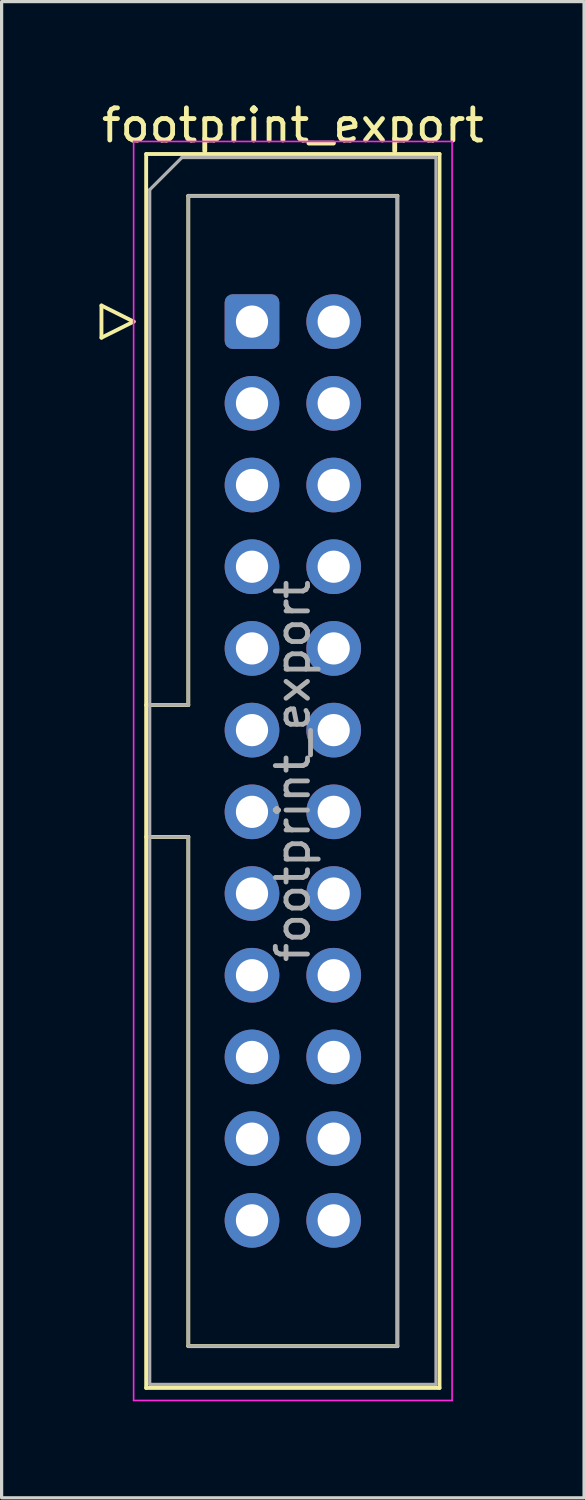
<source format=kicad_pcb>
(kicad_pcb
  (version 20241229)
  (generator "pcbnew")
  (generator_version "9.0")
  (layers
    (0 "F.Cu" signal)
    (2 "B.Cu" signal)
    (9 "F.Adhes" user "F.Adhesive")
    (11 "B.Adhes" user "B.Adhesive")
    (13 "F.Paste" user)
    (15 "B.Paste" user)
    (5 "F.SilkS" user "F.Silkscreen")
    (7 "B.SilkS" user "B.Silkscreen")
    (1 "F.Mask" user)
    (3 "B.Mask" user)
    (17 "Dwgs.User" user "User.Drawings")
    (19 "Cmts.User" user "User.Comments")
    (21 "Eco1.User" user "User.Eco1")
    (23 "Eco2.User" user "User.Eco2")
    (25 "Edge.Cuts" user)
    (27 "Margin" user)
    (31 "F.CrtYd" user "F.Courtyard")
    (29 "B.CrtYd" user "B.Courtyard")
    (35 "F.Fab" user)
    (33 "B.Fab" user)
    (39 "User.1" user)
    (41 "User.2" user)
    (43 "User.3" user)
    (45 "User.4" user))
  (footprint "footprint_export"
    (layer "F.Cu")
    (at 4.784 6.948)
    (property "Reference" "footprint_export" (at 1.27 -6.1 0) (layer "F.SilkS") (effects (font (size 1 1) (thickness 0.15))))
    (attr through_hole)
    (fp_line (start -4.68 -0.5) (end -4.68 0.5) (stroke (width 0.12) (type solid)) (layer "F.SilkS"))
    (fp_line (start -4.68 0.5) (end -3.68 0) (stroke (width 0.12) (type solid)) (layer "F.SilkS"))
    (fp_line (start -3.68 0) (end -4.68 -0.5) (stroke (width 0.12) (type solid)) (layer "F.SilkS"))
    (fp_line (start -3.29 -5.21) (end 5.83 -5.21) (stroke (width 0.12) (type solid)) (layer "F.SilkS"))
    (fp_line (start -3.29 11.92) (end -1.98 11.92) (stroke (width 0.12) (type solid)) (layer "F.SilkS"))
    (fp_line (start -3.29 33.15) (end -3.29 -5.21) (stroke (width 0.12) (type solid)) (layer "F.SilkS"))
    (fp_line (start -1.98 -3.91) (end 4.52 -3.91) (stroke (width 0.12) (type solid)) (layer "F.SilkS"))
    (fp_line (start -1.98 11.92) (end -1.98 -3.91) (stroke (width 0.12) (type solid)) (layer "F.SilkS"))
    (fp_line (start -1.98 16.02) (end -3.29 16.02) (stroke (width 0.12) (type solid)) (layer "F.SilkS"))
    (fp_line (start -1.98 16.02) (end -1.98 16.02) (stroke (width 0.12) (type solid)) (layer "F.SilkS"))
    (fp_line (start -1.98 31.85) (end -1.98 16.02) (stroke (width 0.12) (type solid)) (layer "F.SilkS"))
    (fp_line (start 4.52 -3.91) (end 4.52 31.85) (stroke (width 0.12) (type solid)) (layer "F.SilkS"))
    (fp_line (start 4.52 31.85) (end -1.98 31.85) (stroke (width 0.12) (type solid)) (layer "F.SilkS"))
    (fp_line (start 5.83 -5.21) (end 5.83 33.15) (stroke (width 0.12) (type solid)) (layer "F.SilkS"))
    (fp_line (start 5.83 33.15) (end -3.29 33.15) (stroke (width 0.12) (type solid)) (layer "F.SilkS"))
    (fp_line (start -3.68 -5.6) (end -3.68 33.54) (stroke (width 0.05) (type solid)) (layer "F.CrtYd"))
    (fp_line (start -3.68 33.54) (end 6.22 33.54) (stroke (width 0.05) (type solid)) (layer "F.CrtYd"))
    (fp_line (start 6.22 -5.6) (end -3.68 -5.6) (stroke (width 0.05) (type solid)) (layer "F.CrtYd"))
    (fp_line (start 6.22 33.54) (end 6.22 -5.6) (stroke (width 0.05) (type solid)) (layer "F.CrtYd"))
    (fp_line (start -3.18 -4.1) (end -2.18 -5.1) (stroke (width 0.1) (type solid)) (layer "F.Fab"))
    (fp_line (start -3.18 11.92) (end -1.98 11.92) (stroke (width 0.1) (type solid)) (layer "F.Fab"))
    (fp_line (start -3.18 33.04) (end -3.18 -4.1) (stroke (width 0.1) (type solid)) (layer "F.Fab"))
    (fp_line (start -2.18 -5.1) (end 5.72 -5.1) (stroke (width 0.1) (type solid)) (layer "F.Fab"))
    (fp_line (start -1.98 -3.91) (end 4.52 -3.91) (stroke (width 0.1) (type solid)) (layer "F.Fab"))
    (fp_line (start -1.98 11.92) (end -1.98 -3.91) (stroke (width 0.1) (type solid)) (layer "F.Fab"))
    (fp_line (start -1.98 16.02) (end -3.18 16.02) (stroke (width 0.1) (type solid)) (layer "F.Fab"))
    (fp_line (start -1.98 16.02) (end -1.98 16.02) (stroke (width 0.1) (type solid)) (layer "F.Fab"))
    (fp_line (start -1.98 31.85) (end -1.98 16.02) (stroke (width 0.1) (type solid)) (layer "F.Fab"))
    (fp_line (start 4.52 -3.91) (end 4.52 31.85) (stroke (width 0.1) (type solid)) (layer "F.Fab"))
    (fp_line (start 4.52 31.85) (end -1.98 31.85) (stroke (width 0.1) (type solid)) (layer "F.Fab"))
    (fp_line (start 5.72 -5.1) (end 5.72 33.04) (stroke (width 0.1) (type solid)) (layer "F.Fab"))
    (fp_line (start 5.72 33.04) (end -3.18 33.04) (stroke (width 0.1) (type solid)) (layer "F.Fab"))
    (fp_text user "${REFERENCE}" (at 1.27 13.97 90) (layer "F.Fab") (effects (font (size 1 1) (thickness 0.15))))
    (pad "1" thru_hole roundrect (at 0 0) (size 1.7 1.7) (drill 1) (layers "*.Cu" "*.Mask") (roundrect_rratio 0.147))
    (pad "2" thru_hole circle (at 2.54 0) (size 1.7 1.7) (drill 1) (layers "*.Cu" "*.Mask"))
    (pad "3" thru_hole circle (at 0 2.54) (size 1.7 1.7) (drill 1) (layers "*.Cu" "*.Mask"))
    (pad "4" thru_hole circle (at 2.54 2.54) (size 1.7 1.7) (drill 1) (layers "*.Cu" "*.Mask"))
    (pad "5" thru_hole circle (at 0 5.08) (size 1.7 1.7) (drill 1) (layers "*.Cu" "*.Mask"))
    (pad "6" thru_hole circle (at 2.54 5.08) (size 1.7 1.7) (drill 1) (layers "*.Cu" "*.Mask"))
    (pad "7" thru_hole circle (at 0 7.62) (size 1.7 1.7) (drill 1) (layers "*.Cu" "*.Mask"))
    (pad "8" thru_hole circle (at 2.54 7.62) (size 1.7 1.7) (drill 1) (layers "*.Cu" "*.Mask"))
    (pad "9" thru_hole circle (at 0 10.16) (size 1.7 1.7) (drill 1) (layers "*.Cu" "*.Mask"))
    (pad "10" thru_hole circle (at 2.54 10.16) (size 1.7 1.7) (drill 1) (layers "*.Cu" "*.Mask"))
    (pad "11" thru_hole circle (at 0 12.7) (size 1.7 1.7) (drill 1) (layers "*.Cu" "*.Mask"))
    (pad "12" thru_hole circle (at 2.54 12.7) (size 1.7 1.7) (drill 1) (layers "*.Cu" "*.Mask"))
    (pad "13" thru_hole circle (at 0 15.24) (size 1.7 1.7) (drill 1) (layers "*.Cu" "*.Mask"))
    (pad "14" thru_hole circle (at 2.54 15.24) (size 1.7 1.7) (drill 1) (layers "*.Cu" "*.Mask"))
    (pad "15" thru_hole circle (at 0 17.78) (size 1.7 1.7) (drill 1) (layers "*.Cu" "*.Mask"))
    (pad "16" thru_hole circle (at 2.54 17.78) (size 1.7 1.7) (drill 1) (layers "*.Cu" "*.Mask"))
    (pad "17" thru_hole circle (at 0 20.32) (size 1.7 1.7) (drill 1) (layers "*.Cu" "*.Mask"))
    (pad "18" thru_hole circle (at 2.54 20.32) (size 1.7 1.7) (drill 1) (layers "*.Cu" "*.Mask"))
    (pad "19" thru_hole circle (at 0 22.86) (size 1.7 1.7) (drill 1) (layers "*.Cu" "*.Mask"))
    (pad "20" thru_hole circle (at 2.54 22.86) (size 1.7 1.7) (drill 1) (layers "*.Cu" "*.Mask"))
    (pad "21" thru_hole circle (at 0 25.4) (size 1.7 1.7) (drill 1) (layers "*.Cu" "*.Mask"))
    (pad "22" thru_hole circle (at 2.54 25.4) (size 1.7 1.7) (drill 1) (layers "*.Cu" "*.Mask"))
    (pad "23" thru_hole circle (at 0 27.94) (size 1.7 1.7) (drill 1) (layers "*.Cu" "*.Mask"))
    (pad "24" thru_hole circle (at 2.54 27.94) (size 1.7 1.7) (drill 1) (layers "*.Cu" "*.Mask")))
  (gr_rect
    (start -3 -3)
    (end 15.107 43.513)
    (stroke (width 0.1) (type default))
    (fill no)
    (layer "Edge.Cuts")))
</source>
